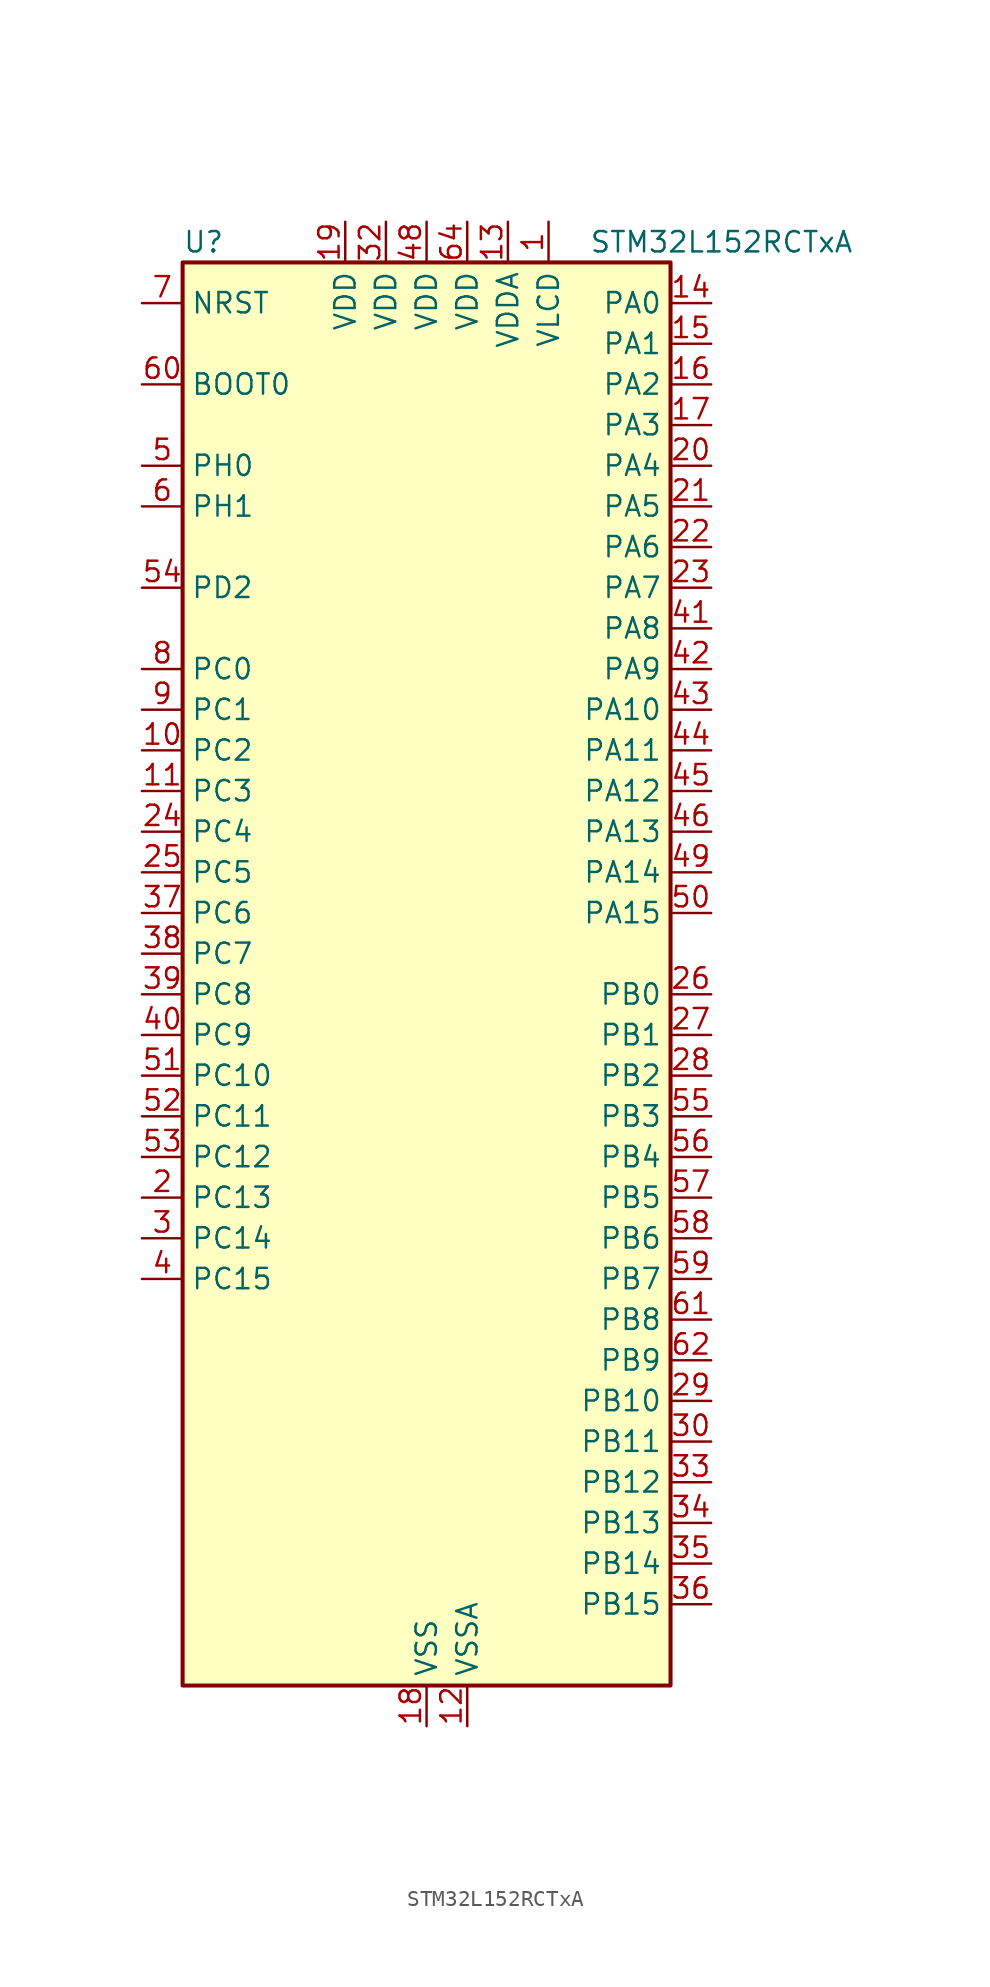
<source format=kicad_sym>
(kicad_symbol_lib
  (version 20220914)
  (generator kicad_symbol_editor)
  (symbol "STM32L152RCTxA"
    (property "Reference" "U"
      (at -15.24 46.99 0)
      (effects (font (size 1.27 1.27)) (justify left)))
    (property "Value" "STM32L152RCTxA"
      (at 10.16 46.99 0)
      (effects (font (size 1.27 1.27)) (justify left)))
    (property "ki_locked" ""
      (at 0 0 0)
      (effects (font (size 1.27 1.27))))
    (symbol "STM32L152RCTxA_0_1"
      (rectangle (start -15.24 -43.18) (end 15.24 45.72) (stroke (width 0.254) (type default)) (fill (type background))))
    (symbol "STM32L152RCTxA_1_1"
      (pin power_in line (at 7.62 48.26 270) (length 2.54) (name "VLCD" (effects (font (size 1.27 1.27)))) (number "1" (effects (font (size 1.27 1.27)))))
      (pin bidirectional line (at -17.78 15.24 0) (length 2.54) (name "PC2" (effects (font (size 1.27 1.27)))) (number "10" (effects (font (size 1.27 1.27)))) (alternate "ADC_IN12" bidirectional line) (alternate "COMP1_INP" bidirectional line) (alternate "LCD_SEG20" bidirectional line) (alternate "TIMX_IC3" bidirectional line) (alternate "TS_G8_IO3" bidirectional line))
      (pin bidirectional line (at -17.78 12.7 0) (length 2.54) (name "PC3" (effects (font (size 1.27 1.27)))) (number "11" (effects (font (size 1.27 1.27)))) (alternate "ADC_IN13" bidirectional line) (alternate "COMP1_INP" bidirectional line) (alternate "LCD_SEG21" bidirectional line) (alternate "TIMX_IC4" bidirectional line) (alternate "TS_G8_IO4" bidirectional line))
      (pin power_in line (at 2.54 -45.72 90) (length 2.54) (name "VSSA" (effects (font (size 1.27 1.27)))) (number "12" (effects (font (size 1.27 1.27)))))
      (pin power_in line (at 5.08 48.26 270) (length 2.54) (name "VDDA" (effects (font (size 1.27 1.27)))) (number "13" (effects (font (size 1.27 1.27)))))
      (pin bidirectional line (at 17.78 43.18 180) (length 2.54) (name "PA0" (effects (font (size 1.27 1.27)))) (number "14" (effects (font (size 1.27 1.27)))) (alternate "ADC_IN0" bidirectional line) (alternate "COMP1_INP" bidirectional line) (alternate "RTC_TAMP2" bidirectional line) (alternate "SYS_WKUP1" bidirectional line) (alternate "TIM2_CH1" bidirectional line) (alternate "TIM2_ETR" bidirectional line) (alternate "TIM5_CH1" bidirectional line) (alternate "TIMX_IC1" bidirectional line) (alternate "TS_G1_IO1" bidirectional line) (alternate "USART2_CTS" bidirectional line))
      (pin bidirectional line (at 17.78 40.64 180) (length 2.54) (name "PA1" (effects (font (size 1.27 1.27)))) (number "15" (effects (font (size 1.27 1.27)))) (alternate "ADC_IN1" bidirectional line) (alternate "COMP1_INP" bidirectional line) (alternate "LCD_SEG0" bidirectional line) (alternate "OPAMP1_VINP" bidirectional line) (alternate "TIM2_CH2" bidirectional line) (alternate "TIM5_CH2" bidirectional line) (alternate "TIMX_IC2" bidirectional line) (alternate "TS_G1_IO2" bidirectional line) (alternate "USART2_RTS" bidirectional line))
      (pin bidirectional line (at 17.78 38.1 180) (length 2.54) (name "PA2" (effects (font (size 1.27 1.27)))) (number "16" (effects (font (size 1.27 1.27)))) (alternate "ADC_IN2" bidirectional line) (alternate "COMP1_INP" bidirectional line) (alternate "LCD_SEG1" bidirectional line) (alternate "OPAMP1_VINM" bidirectional line) (alternate "TIM2_CH3" bidirectional line) (alternate "TIM5_CH3" bidirectional line) (alternate "TIM9_CH1" bidirectional line) (alternate "TIMX_IC3" bidirectional line) (alternate "TS_G1_IO3" bidirectional line) (alternate "USART2_TX" bidirectional line))
      (pin bidirectional line (at 17.78 35.56 180) (length 2.54) (name "PA3" (effects (font (size 1.27 1.27)))) (number "17" (effects (font (size 1.27 1.27)))) (alternate "ADC_IN3" bidirectional line) (alternate "COMP1_INP" bidirectional line) (alternate "LCD_SEG2" bidirectional line) (alternate "OPAMP1_VOUT" bidirectional line) (alternate "TIM2_CH4" bidirectional line) (alternate "TIM5_CH4" bidirectional line) (alternate "TIM9_CH2" bidirectional line) (alternate "TIMX_IC4" bidirectional line) (alternate "TS_G1_IO4" bidirectional line) (alternate "USART2_RX" bidirectional line))
      (pin power_in line (at 0 -45.72 90) (length 2.54) (name "VSS" (effects (font (size 1.27 1.27)))) (number "18" (effects (font (size 1.27 1.27)))))
      (pin power_in line (at -5.08 48.26 270) (length 2.54) (name "VDD" (effects (font (size 1.27 1.27)))) (number "19" (effects (font (size 1.27 1.27)))))
      (pin bidirectional line (at -17.78 -12.7 0) (length 2.54) (name "PC13" (effects (font (size 1.27 1.27)))) (number "2" (effects (font (size 1.27 1.27)))) (alternate "RTC_OUT_ALARM" bidirectional line) (alternate "RTC_OUT_CALIB" bidirectional line) (alternate "RTC_TAMP1" bidirectional line) (alternate "RTC_TS" bidirectional line) (alternate "SYS_WKUP2" bidirectional line) (alternate "TIMX_IC2" bidirectional line))
      (pin bidirectional line (at 17.78 33.02 180) (length 2.54) (name "PA4" (effects (font (size 1.27 1.27)))) (number "20" (effects (font (size 1.27 1.27)))) (alternate "ADC_IN4" bidirectional line) (alternate "COMP1_INP" bidirectional line) (alternate "DAC_OUT1" bidirectional line) (alternate "I2S3_WS" bidirectional line) (alternate "SPI1_NSS" bidirectional line) (alternate "SPI3_NSS" bidirectional line) (alternate "TIMX_IC1" bidirectional line) (alternate "USART2_CK" bidirectional line))
      (pin bidirectional line (at 17.78 30.48 180) (length 2.54) (name "PA5" (effects (font (size 1.27 1.27)))) (number "21" (effects (font (size 1.27 1.27)))) (alternate "ADC_IN5" bidirectional line) (alternate "COMP1_INP" bidirectional line) (alternate "DAC_OUT2" bidirectional line) (alternate "SPI1_SCK" bidirectional line) (alternate "TIM2_CH1" bidirectional line) (alternate "TIM2_ETR" bidirectional line) (alternate "TIMX_IC2" bidirectional line))
      (pin bidirectional line (at 17.78 27.94 180) (length 2.54) (name "PA6" (effects (font (size 1.27 1.27)))) (number "22" (effects (font (size 1.27 1.27)))) (alternate "ADC_IN6" bidirectional line) (alternate "COMP1_INP" bidirectional line) (alternate "LCD_SEG3" bidirectional line) (alternate "OPAMP2_VINP" bidirectional line) (alternate "SPI1_MISO" bidirectional line) (alternate "TIM10_CH1" bidirectional line) (alternate "TIM3_CH1" bidirectional line) (alternate "TIMX_IC3" bidirectional line) (alternate "TS_G2_IO1" bidirectional line))
      (pin bidirectional line (at 17.78 25.4 180) (length 2.54) (name "PA7" (effects (font (size 1.27 1.27)))) (number "23" (effects (font (size 1.27 1.27)))) (alternate "ADC_IN7" bidirectional line) (alternate "COMP1_INP" bidirectional line) (alternate "LCD_SEG4" bidirectional line) (alternate "OPAMP2_VINM" bidirectional line) (alternate "SPI1_MOSI" bidirectional line) (alternate "TIM11_CH1" bidirectional line) (alternate "TIM3_CH2" bidirectional line) (alternate "TIMX_IC4" bidirectional line) (alternate "TS_G2_IO2" bidirectional line))
      (pin bidirectional line (at -17.78 10.16 0) (length 2.54) (name "PC4" (effects (font (size 1.27 1.27)))) (number "24" (effects (font (size 1.27 1.27)))) (alternate "ADC_IN14" bidirectional line) (alternate "COMP1_INP" bidirectional line) (alternate "LCD_SEG22" bidirectional line) (alternate "TIMX_IC1" bidirectional line) (alternate "TS_G9_IO1" bidirectional line))
      (pin bidirectional line (at -17.78 7.62 0) (length 2.54) (name "PC5" (effects (font (size 1.27 1.27)))) (number "25" (effects (font (size 1.27 1.27)))) (alternate "ADC_IN15" bidirectional line) (alternate "COMP1_INP" bidirectional line) (alternate "LCD_SEG23" bidirectional line) (alternate "TIMX_IC2" bidirectional line) (alternate "TS_G9_IO2" bidirectional line))
      (pin bidirectional line (at 17.78 0 180) (length 2.54) (name "PB0" (effects (font (size 1.27 1.27)))) (number "26" (effects (font (size 1.27 1.27)))) (alternate "ADC_IN8" bidirectional line) (alternate "COMP1_INP" bidirectional line) (alternate "LCD_SEG5" bidirectional line) (alternate "OPAMP2_VOUT" bidirectional line) (alternate "SYS_V_REF_OUT" bidirectional line) (alternate "TIM3_CH3" bidirectional line) (alternate "TS_G3_IO1" bidirectional line))
      (pin bidirectional line (at 17.78 -2.54 180) (length 2.54) (name "PB1" (effects (font (size 1.27 1.27)))) (number "27" (effects (font (size 1.27 1.27)))) (alternate "ADC_IN9" bidirectional line) (alternate "COMP1_INP" bidirectional line) (alternate "LCD_SEG6" bidirectional line) (alternate "SYS_V_REF_OUT" bidirectional line) (alternate "TIM3_CH4" bidirectional line) (alternate "TS_G3_IO2" bidirectional line))
      (pin bidirectional line (at 17.78 -5.08 180) (length 2.54) (name "PB2" (effects (font (size 1.27 1.27)))) (number "28" (effects (font (size 1.27 1.27)))) (alternate "TS_G3_IO3" bidirectional line))
      (pin bidirectional line (at 17.78 -25.4 180) (length 2.54) (name "PB10" (effects (font (size 1.27 1.27)))) (number "29" (effects (font (size 1.27 1.27)))) (alternate "I2C2_SCL" bidirectional line) (alternate "LCD_SEG10" bidirectional line) (alternate "TIM2_CH3" bidirectional line) (alternate "USART3_TX" bidirectional line))
      (pin bidirectional line (at -17.78 -15.24 0) (length 2.54) (name "PC14" (effects (font (size 1.27 1.27)))) (number "3" (effects (font (size 1.27 1.27)))) (alternate "RCC_OSC32_IN" bidirectional line) (alternate "TIMX_IC3" bidirectional line))
      (pin bidirectional line (at 17.78 -27.94 180) (length 2.54) (name "PB11" (effects (font (size 1.27 1.27)))) (number "30" (effects (font (size 1.27 1.27)))) (alternate "ADC_EXTI11" bidirectional line) (alternate "I2C2_SDA" bidirectional line) (alternate "LCD_SEG11" bidirectional line) (alternate "TIM2_CH4" bidirectional line) (alternate "USART3_RX" bidirectional line))
      (pin passive line (at 0 -45.72 90) (length 2.54) hide (name "VSS" (effects (font (size 1.27 1.27)))) (number "31" (effects (font (size 1.27 1.27)))))
      (pin power_in line (at -2.54 48.26 270) (length 2.54) (name "VDD" (effects (font (size 1.27 1.27)))) (number "32" (effects (font (size 1.27 1.27)))))
      (pin bidirectional line (at 17.78 -30.48 180) (length 2.54) (name "PB12" (effects (font (size 1.27 1.27)))) (number "33" (effects (font (size 1.27 1.27)))) (alternate "ADC_IN18" bidirectional line) (alternate "COMP1_INP" bidirectional line) (alternate "I2C2_SMBA" bidirectional line) (alternate "I2S2_WS" bidirectional line) (alternate "LCD_SEG12" bidirectional line) (alternate "SPI2_NSS" bidirectional line) (alternate "TIM10_CH1" bidirectional line) (alternate "TS_G7_IO1" bidirectional line) (alternate "USART3_CK" bidirectional line))
      (pin bidirectional line (at 17.78 -33.02 180) (length 2.54) (name "PB13" (effects (font (size 1.27 1.27)))) (number "34" (effects (font (size 1.27 1.27)))) (alternate "ADC_IN19" bidirectional line) (alternate "COMP1_INP" bidirectional line) (alternate "I2S2_CK" bidirectional line) (alternate "LCD_SEG13" bidirectional line) (alternate "SPI2_SCK" bidirectional line) (alternate "TIM9_CH1" bidirectional line) (alternate "TS_G7_IO2" bidirectional line) (alternate "USART3_CTS" bidirectional line))
      (pin bidirectional line (at 17.78 -35.56 180) (length 2.54) (name "PB14" (effects (font (size 1.27 1.27)))) (number "35" (effects (font (size 1.27 1.27)))) (alternate "ADC_IN20" bidirectional line) (alternate "COMP1_INP" bidirectional line) (alternate "LCD_SEG14" bidirectional line) (alternate "SPI2_MISO" bidirectional line) (alternate "TIM9_CH2" bidirectional line) (alternate "TS_G7_IO3" bidirectional line) (alternate "USART3_RTS" bidirectional line))
      (pin bidirectional line (at 17.78 -38.1 180) (length 2.54) (name "PB15" (effects (font (size 1.27 1.27)))) (number "36" (effects (font (size 1.27 1.27)))) (alternate "ADC_EXTI15" bidirectional line) (alternate "ADC_IN21" bidirectional line) (alternate "COMP1_INP" bidirectional line) (alternate "I2S2_SD" bidirectional line) (alternate "LCD_SEG15" bidirectional line) (alternate "RTC_REFIN" bidirectional line) (alternate "SPI2_MOSI" bidirectional line) (alternate "TIM11_CH1" bidirectional line) (alternate "TS_G7_IO4" bidirectional line))
      (pin bidirectional line (at -17.78 5.08 0) (length 2.54) (name "PC6" (effects (font (size 1.27 1.27)))) (number "37" (effects (font (size 1.27 1.27)))) (alternate "I2S2_MCK" bidirectional line) (alternate "LCD_SEG24" bidirectional line) (alternate "TIM3_CH1" bidirectional line) (alternate "TIMX_IC3" bidirectional line) (alternate "TS_G10_IO1" bidirectional line))
      (pin bidirectional line (at -17.78 2.54 0) (length 2.54) (name "PC7" (effects (font (size 1.27 1.27)))) (number "38" (effects (font (size 1.27 1.27)))) (alternate "I2S3_MCK" bidirectional line) (alternate "LCD_SEG25" bidirectional line) (alternate "TIM3_CH2" bidirectional line) (alternate "TIMX_IC4" bidirectional line) (alternate "TS_G10_IO2" bidirectional line))
      (pin bidirectional line (at -17.78 0 0) (length 2.54) (name "PC8" (effects (font (size 1.27 1.27)))) (number "39" (effects (font (size 1.27 1.27)))) (alternate "LCD_SEG26" bidirectional line) (alternate "TIM3_CH3" bidirectional line) (alternate "TIMX_IC1" bidirectional line) (alternate "TS_G10_IO3" bidirectional line))
      (pin bidirectional line (at -17.78 -17.78 0) (length 2.54) (name "PC15" (effects (font (size 1.27 1.27)))) (number "4" (effects (font (size 1.27 1.27)))) (alternate "ADC_EXTI15" bidirectional line) (alternate "RCC_OSC32_OUT" bidirectional line) (alternate "TIMX_IC4" bidirectional line))
      (pin bidirectional line (at -17.78 -2.54 0) (length 2.54) (name "PC9" (effects (font (size 1.27 1.27)))) (number "40" (effects (font (size 1.27 1.27)))) (alternate "DAC_EXTI9" bidirectional line) (alternate "LCD_SEG27" bidirectional line) (alternate "TIM3_CH4" bidirectional line) (alternate "TIMX_IC2" bidirectional line) (alternate "TS_G10_IO4" bidirectional line))
      (pin bidirectional line (at 17.78 22.86 180) (length 2.54) (name "PA8" (effects (font (size 1.27 1.27)))) (number "41" (effects (font (size 1.27 1.27)))) (alternate "LCD_COM0" bidirectional line) (alternate "RCC_MCO" bidirectional line) (alternate "TIMX_IC1" bidirectional line) (alternate "TS_G4_IO1" bidirectional line) (alternate "USART1_CK" bidirectional line))
      (pin bidirectional line (at 17.78 20.32 180) (length 2.54) (name "PA9" (effects (font (size 1.27 1.27)))) (number "42" (effects (font (size 1.27 1.27)))) (alternate "DAC_EXTI9" bidirectional line) (alternate "LCD_COM1" bidirectional line) (alternate "TIMX_IC2" bidirectional line) (alternate "TS_G4_IO2" bidirectional line) (alternate "USART1_TX" bidirectional line))
      (pin bidirectional line (at 17.78 17.78 180) (length 2.54) (name "PA10" (effects (font (size 1.27 1.27)))) (number "43" (effects (font (size 1.27 1.27)))) (alternate "LCD_COM2" bidirectional line) (alternate "TIMX_IC3" bidirectional line) (alternate "TS_G4_IO3" bidirectional line) (alternate "USART1_RX" bidirectional line))
      (pin bidirectional line (at 17.78 15.24 180) (length 2.54) (name "PA11" (effects (font (size 1.27 1.27)))) (number "44" (effects (font (size 1.27 1.27)))) (alternate "ADC_EXTI11" bidirectional line) (alternate "SPI1_MISO" bidirectional line) (alternate "TIMX_IC4" bidirectional line) (alternate "USART1_CTS" bidirectional line) (alternate "USB_DM" bidirectional line))
      (pin bidirectional line (at 17.78 12.7 180) (length 2.54) (name "PA12" (effects (font (size 1.27 1.27)))) (number "45" (effects (font (size 1.27 1.27)))) (alternate "SPI1_MOSI" bidirectional line) (alternate "TIMX_IC1" bidirectional line) (alternate "USART1_RTS" bidirectional line) (alternate "USB_DP" bidirectional line))
      (pin bidirectional line (at 17.78 10.16 180) (length 2.54) (name "PA13" (effects (font (size 1.27 1.27)))) (number "46" (effects (font (size 1.27 1.27)))) (alternate "SYS_JTMS-SWDIO" bidirectional line) (alternate "TIMX_IC2" bidirectional line) (alternate "TS_G5_IO1" bidirectional line))
      (pin passive line (at 0 -45.72 90) (length 2.54) hide (name "VSS" (effects (font (size 1.27 1.27)))) (number "47" (effects (font (size 1.27 1.27)))))
      (pin power_in line (at 0 48.26 270) (length 2.54) (name "VDD" (effects (font (size 1.27 1.27)))) (number "48" (effects (font (size 1.27 1.27)))))
      (pin bidirectional line (at 17.78 7.62 180) (length 2.54) (name "PA14" (effects (font (size 1.27 1.27)))) (number "49" (effects (font (size 1.27 1.27)))) (alternate "SYS_JTCK-SWCLK" bidirectional line) (alternate "TIMX_IC3" bidirectional line) (alternate "TS_G5_IO2" bidirectional line))
      (pin bidirectional line (at -17.78 33.02 0) (length 2.54) (name "PH0" (effects (font (size 1.27 1.27)))) (number "5" (effects (font (size 1.27 1.27)))) (alternate "RCC_OSC_IN" bidirectional line))
      (pin bidirectional line (at 17.78 5.08 180) (length 2.54) (name "PA15" (effects (font (size 1.27 1.27)))) (number "50" (effects (font (size 1.27 1.27)))) (alternate "ADC_EXTI15" bidirectional line) (alternate "I2S3_WS" bidirectional line) (alternate "LCD_SEG17" bidirectional line) (alternate "SPI1_NSS" bidirectional line) (alternate "SPI3_NSS" bidirectional line) (alternate "SYS_JTDI" bidirectional line) (alternate "TIM2_CH1" bidirectional line) (alternate "TIM2_ETR" bidirectional line) (alternate "TIMX_IC4" bidirectional line) (alternate "TS_G5_IO3" bidirectional line))
      (pin bidirectional line (at -17.78 -5.08 0) (length 2.54) (name "PC10" (effects (font (size 1.27 1.27)))) (number "51" (effects (font (size 1.27 1.27)))) (alternate "I2S3_CK" bidirectional line) (alternate "LCD_COM4" bidirectional line) (alternate "LCD_SEG28" bidirectional line) (alternate "LCD_SEG40" bidirectional line) (alternate "SPI3_SCK" bidirectional line) (alternate "TIMX_IC3" bidirectional line) (alternate "USART3_TX" bidirectional line))
      (pin bidirectional line (at -17.78 -7.62 0) (length 2.54) (name "PC11" (effects (font (size 1.27 1.27)))) (number "52" (effects (font (size 1.27 1.27)))) (alternate "ADC_EXTI11" bidirectional line) (alternate "LCD_COM5" bidirectional line) (alternate "LCD_SEG29" bidirectional line) (alternate "LCD_SEG41" bidirectional line) (alternate "SPI3_MISO" bidirectional line) (alternate "TIMX_IC4" bidirectional line) (alternate "USART3_RX" bidirectional line))
      (pin bidirectional line (at -17.78 -10.16 0) (length 2.54) (name "PC12" (effects (font (size 1.27 1.27)))) (number "53" (effects (font (size 1.27 1.27)))) (alternate "I2S3_SD" bidirectional line) (alternate "LCD_COM6" bidirectional line) (alternate "LCD_SEG30" bidirectional line) (alternate "LCD_SEG42" bidirectional line) (alternate "SPI3_MOSI" bidirectional line) (alternate "TIMX_IC1" bidirectional line) (alternate "USART3_CK" bidirectional line))
      (pin bidirectional line (at -17.78 25.4 0) (length 2.54) (name "PD2" (effects (font (size 1.27 1.27)))) (number "54" (effects (font (size 1.27 1.27)))) (alternate "LCD_COM7" bidirectional line) (alternate "LCD_SEG31" bidirectional line) (alternate "LCD_SEG43" bidirectional line) (alternate "TIM3_ETR" bidirectional line) (alternate "TIMX_IC3" bidirectional line))
      (pin bidirectional line (at 17.78 -7.62 180) (length 2.54) (name "PB3" (effects (font (size 1.27 1.27)))) (number "55" (effects (font (size 1.27 1.27)))) (alternate "COMP2_INM" bidirectional line) (alternate "I2S3_CK" bidirectional line) (alternate "LCD_SEG7" bidirectional line) (alternate "SPI1_SCK" bidirectional line) (alternate "SPI3_SCK" bidirectional line) (alternate "SYS_JTDO-TRACESWO" bidirectional line) (alternate "TIM2_CH2" bidirectional line))
      (pin bidirectional line (at 17.78 -10.16 180) (length 2.54) (name "PB4" (effects (font (size 1.27 1.27)))) (number "56" (effects (font (size 1.27 1.27)))) (alternate "COMP2_INP" bidirectional line) (alternate "LCD_SEG8" bidirectional line) (alternate "SPI1_MISO" bidirectional line) (alternate "SPI3_MISO" bidirectional line) (alternate "SYS_JTRST" bidirectional line) (alternate "TIM3_CH1" bidirectional line) (alternate "TS_G6_IO1" bidirectional line))
      (pin bidirectional line (at 17.78 -12.7 180) (length 2.54) (name "PB5" (effects (font (size 1.27 1.27)))) (number "57" (effects (font (size 1.27 1.27)))) (alternate "COMP2_INP" bidirectional line) (alternate "I2C1_SMBA" bidirectional line) (alternate "I2S3_SD" bidirectional line) (alternate "LCD_SEG9" bidirectional line) (alternate "SPI1_MOSI" bidirectional line) (alternate "SPI3_MOSI" bidirectional line) (alternate "TIM3_CH2" bidirectional line) (alternate "TS_G6_IO2" bidirectional line))
      (pin bidirectional line (at 17.78 -15.24 180) (length 2.54) (name "PB6" (effects (font (size 1.27 1.27)))) (number "58" (effects (font (size 1.27 1.27)))) (alternate "COMP2_INP" bidirectional line) (alternate "I2C1_SCL" bidirectional line) (alternate "TIM4_CH1" bidirectional line) (alternate "TS_G6_IO3" bidirectional line) (alternate "USART1_TX" bidirectional line))
      (pin bidirectional line (at 17.78 -17.78 180) (length 2.54) (name "PB7" (effects (font (size 1.27 1.27)))) (number "59" (effects (font (size 1.27 1.27)))) (alternate "COMP2_INP" bidirectional line) (alternate "I2C1_SDA" bidirectional line) (alternate "SYS_PVD_IN" bidirectional line) (alternate "TIM4_CH2" bidirectional line) (alternate "TS_G6_IO4" bidirectional line) (alternate "USART1_RX" bidirectional line))
      (pin bidirectional line (at -17.78 30.48 0) (length 2.54) (name "PH1" (effects (font (size 1.27 1.27)))) (number "6" (effects (font (size 1.27 1.27)))) (alternate "RCC_OSC_OUT" bidirectional line))
      (pin input line (at -17.78 38.1 0) (length 2.54) (name "BOOT0" (effects (font (size 1.27 1.27)))) (number "60" (effects (font (size 1.27 1.27)))))
      (pin bidirectional line (at 17.78 -20.32 180) (length 2.54) (name "PB8" (effects (font (size 1.27 1.27)))) (number "61" (effects (font (size 1.27 1.27)))) (alternate "I2C1_SCL" bidirectional line) (alternate "LCD_SEG16" bidirectional line) (alternate "TIM10_CH1" bidirectional line) (alternate "TIM4_CH3" bidirectional line))
      (pin bidirectional line (at 17.78 -22.86 180) (length 2.54) (name "PB9" (effects (font (size 1.27 1.27)))) (number "62" (effects (font (size 1.27 1.27)))) (alternate "DAC_EXTI9" bidirectional line) (alternate "I2C1_SDA" bidirectional line) (alternate "LCD_COM3" bidirectional line) (alternate "TIM11_CH1" bidirectional line) (alternate "TIM4_CH4" bidirectional line))
      (pin passive line (at 0 -45.72 90) (length 2.54) hide (name "VSS" (effects (font (size 1.27 1.27)))) (number "63" (effects (font (size 1.27 1.27)))))
      (pin power_in line (at 2.54 48.26 270) (length 2.54) (name "VDD" (effects (font (size 1.27 1.27)))) (number "64" (effects (font (size 1.27 1.27)))))
      (pin input line (at -17.78 43.18 0) (length 2.54) (name "NRST" (effects (font (size 1.27 1.27)))) (number "7" (effects (font (size 1.27 1.27)))))
      (pin bidirectional line (at -17.78 20.32 0) (length 2.54) (name "PC0" (effects (font (size 1.27 1.27)))) (number "8" (effects (font (size 1.27 1.27)))) (alternate "ADC_IN10" bidirectional line) (alternate "COMP1_INP" bidirectional line) (alternate "LCD_SEG18" bidirectional line) (alternate "TIMX_IC1" bidirectional line) (alternate "TS_G8_IO1" bidirectional line))
      (pin bidirectional line (at -17.78 17.78 0) (length 2.54) (name "PC1" (effects (font (size 1.27 1.27)))) (number "9" (effects (font (size 1.27 1.27)))) (alternate "ADC_IN11" bidirectional line) (alternate "COMP1_INP" bidirectional line) (alternate "LCD_SEG19" bidirectional line) (alternate "TIMX_IC2" bidirectional line) (alternate "TS_G8_IO2" bidirectional line)))))
</source>
